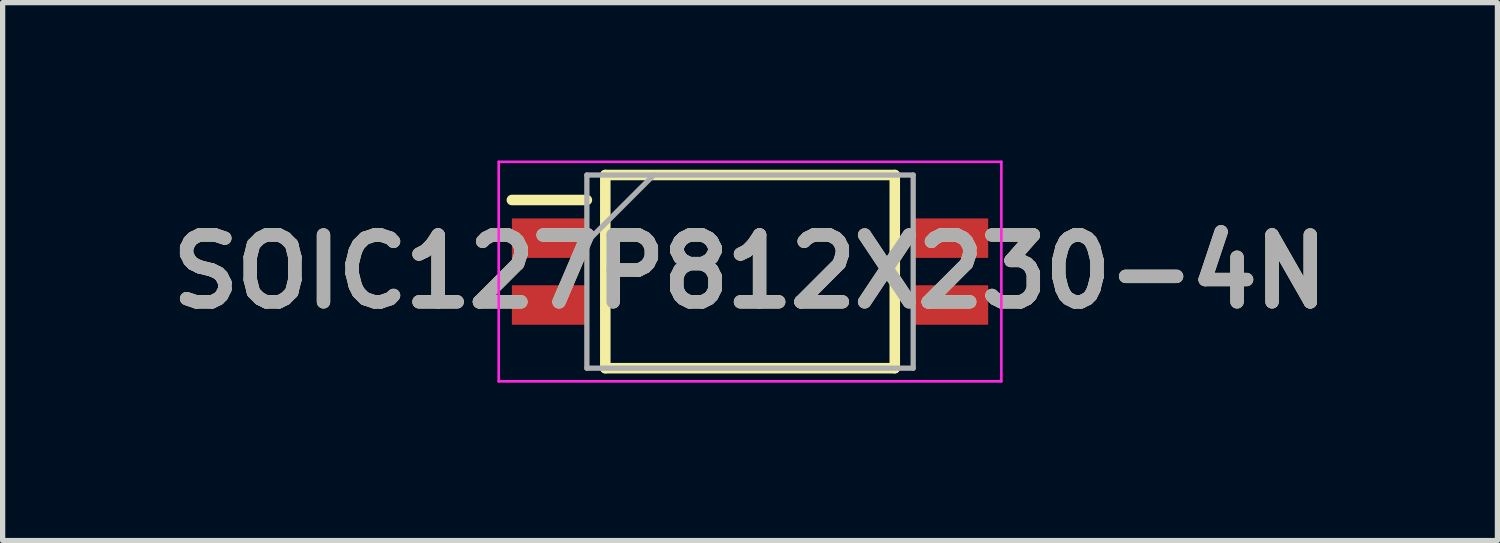
<source format=kicad_pcb>
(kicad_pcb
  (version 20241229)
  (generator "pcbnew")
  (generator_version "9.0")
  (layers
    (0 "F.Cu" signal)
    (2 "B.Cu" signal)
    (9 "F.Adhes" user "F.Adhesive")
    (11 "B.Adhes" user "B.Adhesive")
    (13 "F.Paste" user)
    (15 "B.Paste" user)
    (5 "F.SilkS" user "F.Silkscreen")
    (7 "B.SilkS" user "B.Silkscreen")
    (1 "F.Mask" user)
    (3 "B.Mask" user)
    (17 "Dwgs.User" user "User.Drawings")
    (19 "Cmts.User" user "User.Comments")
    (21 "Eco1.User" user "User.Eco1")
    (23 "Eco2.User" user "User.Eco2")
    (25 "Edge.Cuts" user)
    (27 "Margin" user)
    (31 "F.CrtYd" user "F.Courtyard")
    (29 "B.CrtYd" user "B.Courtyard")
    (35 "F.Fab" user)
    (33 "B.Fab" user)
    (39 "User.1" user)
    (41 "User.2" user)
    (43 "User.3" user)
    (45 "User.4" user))
  (footprint "SOIC127P812X230-4N"
    (layer "F.Cu")
    (at 11.2 2.11)
    (property "Reference" "SOIC127P812X230-4N" (at 0 0 0) (layer "F.SilkS") (effects (font (size 1.27 1.27) (thickness 0.254))))
    (attr smd)
    (fp_line (start -4.525 -1.36) (end -3.1 -1.36) (stroke (width 0.2) (type solid)) (layer "F.SilkS"))
    (fp_line (start -2.75 -1.835) (end 2.75 -1.835) (stroke (width 0.2) (type solid)) (layer "F.SilkS"))
    (fp_line (start -2.75 1.835) (end -2.75 -1.835) (stroke (width 0.2) (type solid)) (layer "F.SilkS"))
    (fp_line (start 2.75 -1.835) (end 2.75 1.835) (stroke (width 0.2) (type solid)) (layer "F.SilkS"))
    (fp_line (start 2.75 1.835) (end -2.75 1.835) (stroke (width 0.2) (type solid)) (layer "F.SilkS"))
    (fp_line (start -4.775 -2.085) (end 4.775 -2.085) (stroke (width 0.05) (type solid)) (layer "F.CrtYd"))
    (fp_line (start -4.775 2.085) (end -4.775 -2.085) (stroke (width 0.05) (type solid)) (layer "F.CrtYd"))
    (fp_line (start 4.775 -2.085) (end 4.775 2.085) (stroke (width 0.05) (type solid)) (layer "F.CrtYd"))
    (fp_line (start 4.775 2.085) (end -4.775 2.085) (stroke (width 0.05) (type solid)) (layer "F.CrtYd"))
    (fp_line (start -3.1 -1.835) (end 3.1 -1.835) (stroke (width 0.1) (type solid)) (layer "F.Fab"))
    (fp_line (start -3.1 -0.565) (end -1.83 -1.835) (stroke (width 0.1) (type solid)) (layer "F.Fab"))
    (fp_line (start -3.1 1.835) (end -3.1 -1.835) (stroke (width 0.1) (type solid)) (layer "F.Fab"))
    (fp_line (start 3.1 -1.835) (end 3.1 1.835) (stroke (width 0.1) (type solid)) (layer "F.Fab"))
    (fp_line (start 3.1 1.835) (end -3.1 1.835) (stroke (width 0.1) (type solid)) (layer "F.Fab"))
    (fp_text user "${REFERENCE}" (at 0 0 0) (layer "F.Fab") (effects (font (size 1.27 1.27) (thickness 0.254))))
    (pad "1" smd rect (at -3.812 -0.635 90) (size 0.75 1.425) (layers "F.Cu" "F.Mask" "F.Paste"))
    (pad "2" smd rect (at -3.812 0.635 90) (size 0.75 1.425) (layers "F.Cu" "F.Mask" "F.Paste"))
    (pad "3" smd rect (at 3.812 0.635 90) (size 0.75 1.425) (layers "F.Cu" "F.Mask" "F.Paste"))
    (pad "4" smd rect (at 3.812 -0.635 90) (size 0.75 1.425) (layers "F.Cu" "F.Mask" "F.Paste")))
  (gr_rect
    (start -3 -3)
    (end 25.4 7.22)
    (stroke (width 0.1) (type default))
    (fill no)
    (layer "Edge.Cuts")))
</source>
